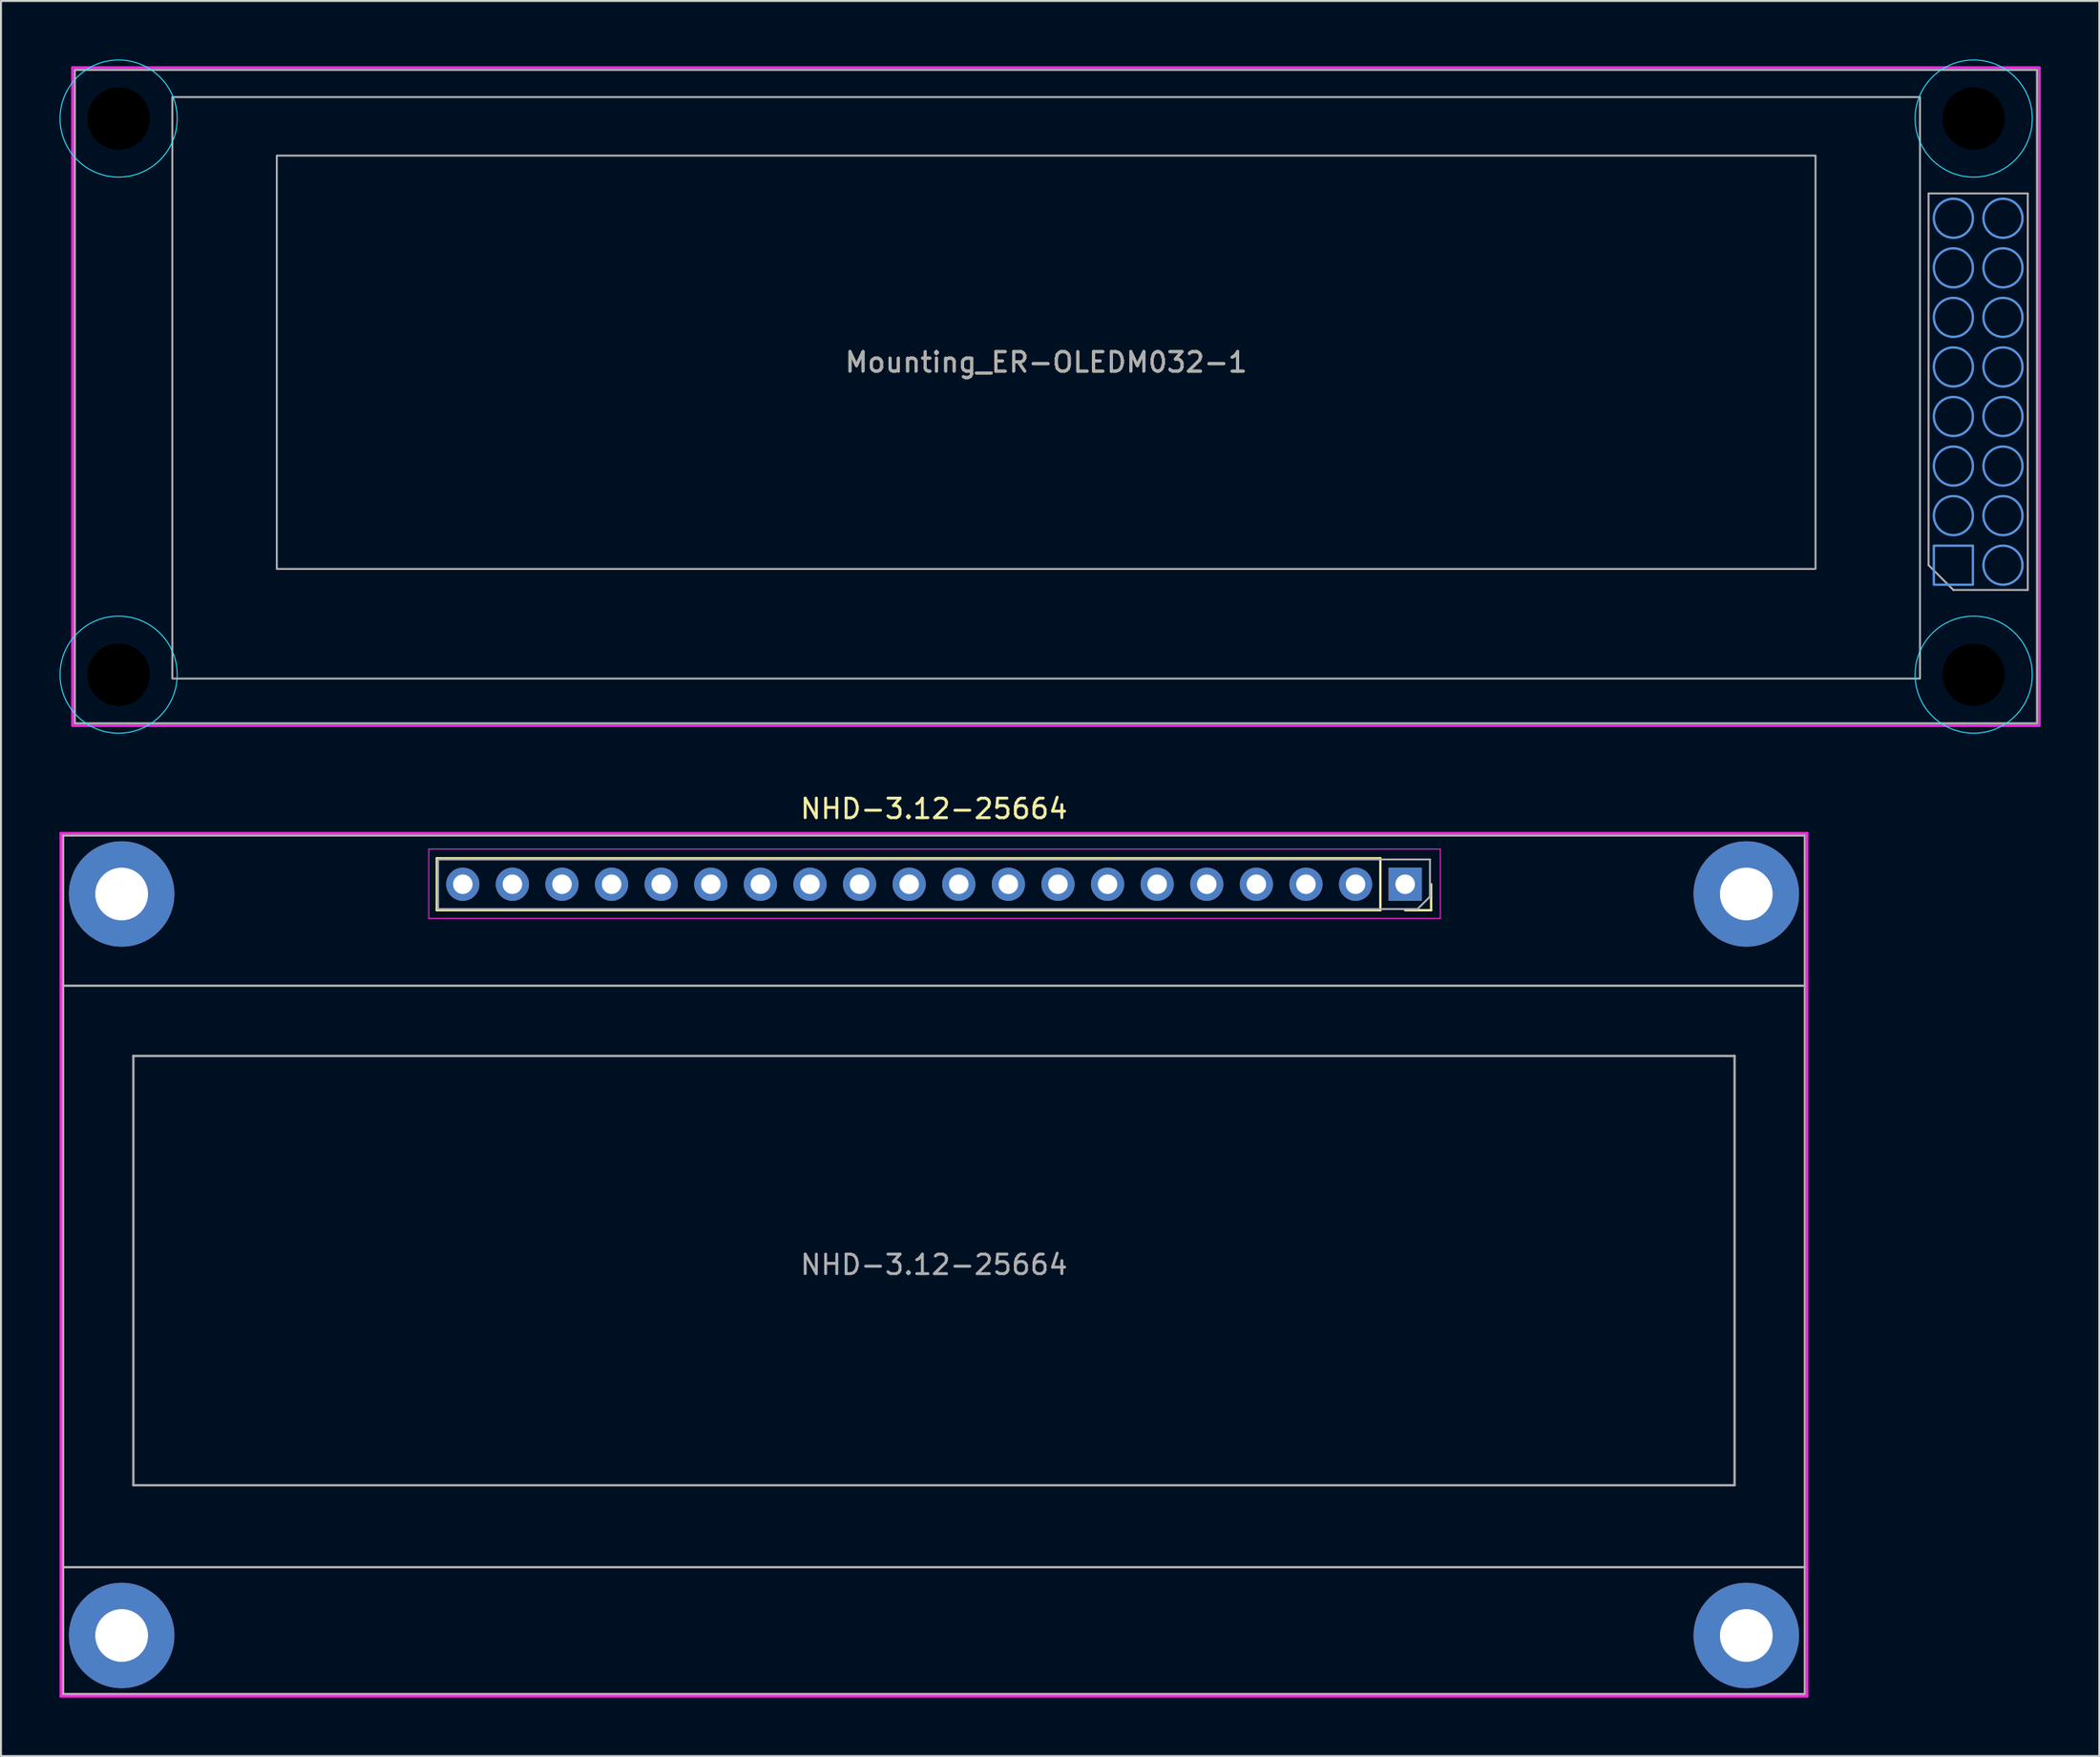
<source format=kicad_pcb>
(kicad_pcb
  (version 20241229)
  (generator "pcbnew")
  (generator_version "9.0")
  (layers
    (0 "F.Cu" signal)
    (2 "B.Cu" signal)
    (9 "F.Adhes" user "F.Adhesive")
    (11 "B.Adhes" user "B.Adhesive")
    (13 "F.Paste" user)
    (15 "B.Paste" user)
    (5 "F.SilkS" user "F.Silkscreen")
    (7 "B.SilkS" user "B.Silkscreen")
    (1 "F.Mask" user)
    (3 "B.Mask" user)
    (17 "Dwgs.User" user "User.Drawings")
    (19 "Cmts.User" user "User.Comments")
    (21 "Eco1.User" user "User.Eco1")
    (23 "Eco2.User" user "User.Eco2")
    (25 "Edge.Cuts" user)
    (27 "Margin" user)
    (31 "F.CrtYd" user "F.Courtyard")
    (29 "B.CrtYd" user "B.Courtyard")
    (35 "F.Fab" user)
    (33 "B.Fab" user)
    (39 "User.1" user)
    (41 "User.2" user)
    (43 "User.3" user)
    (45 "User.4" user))
  (footprint "Mounting_ER-OLEDM032-1"
    (layer "F.Cu")
    (at 50.525 15.515)
    (property "Reference" "Mounting_ER-OLEDM032-1" (at 0 0 0) (layer "F.SilkS") (effects (font (size 1 1) (thickness 0.15))))
    (attr through_hole)
    (fp_rect (start 45.46 9.4) (end 47.46 11.4) (stroke (width 0.12) (type solid)) (fill no) (layer "Cmts.User"))
    (fp_circle (center 46.46 -7.38) (end 47.46 -7.38) (stroke (width 0.12) (type solid)) (fill no) (layer "Cmts.User"))
    (fp_circle (center 46.46 -4.84) (end 47.46 -4.84) (stroke (width 0.12) (type solid)) (fill no) (layer "Cmts.User"))
    (fp_circle (center 46.46 -2.3) (end 47.46 -2.3) (stroke (width 0.12) (type solid)) (fill no) (layer "Cmts.User"))
    (fp_circle (center 46.46 0.24) (end 47.46 0.24) (stroke (width 0.12) (type solid)) (fill no) (layer "Cmts.User"))
    (fp_circle (center 46.46 2.78) (end 47.46 2.78) (stroke (width 0.12) (type solid)) (fill no) (layer "Cmts.User"))
    (fp_circle (center 46.46 5.32) (end 47.46 5.32) (stroke (width 0.12) (type solid)) (fill no) (layer "Cmts.User"))
    (fp_circle (center 46.46 7.86) (end 47.46 7.86) (stroke (width 0.12) (type solid)) (fill no) (layer "Cmts.User"))
    (fp_circle (center 49 -7.38) (end 50 -7.38) (stroke (width 0.12) (type solid)) (fill no) (layer "Cmts.User"))
    (fp_circle (center 49 -4.84) (end 50 -4.84) (stroke (width 0.12) (type solid)) (fill no) (layer "Cmts.User"))
    (fp_circle (center 49 -2.3) (end 50 -2.3) (stroke (width 0.12) (type solid)) (fill no) (layer "Cmts.User"))
    (fp_circle (center 49 0.24) (end 50 0.24) (stroke (width 0.12) (type solid)) (fill no) (layer "Cmts.User"))
    (fp_circle (center 49 2.78) (end 50 2.78) (stroke (width 0.12) (type solid)) (fill no) (layer "Cmts.User"))
    (fp_circle (center 49 5.32) (end 50 5.32) (stroke (width 0.12) (type solid)) (fill no) (layer "Cmts.User"))
    (fp_circle (center 49 7.86) (end 50 7.86) (stroke (width 0.12) (type solid)) (fill no) (layer "Cmts.User"))
    (fp_circle (center 49 10.4) (end 50 10.4) (stroke (width 0.12) (type solid)) (fill no) (layer "Cmts.User"))
    (fp_circle (center -47.5 -12.49) (end -44.5 -12.49) (stroke (width 0.05) (type default)) (fill no) (layer "B.CrtYd"))
    (fp_circle (center -47.5 16.01) (end -44.5 16.01) (stroke (width 0.05) (type default)) (fill no) (layer "B.CrtYd"))
    (fp_circle (center 47.5 -12.49) (end 50.5 -12.49) (stroke (width 0.05) (type default)) (fill no) (layer "B.CrtYd"))
    (fp_circle (center 47.5 16.01) (end 50.5 16.01) (stroke (width 0.05) (type default)) (fill no) (layer "B.CrtYd"))
    (fp_rect (start -49.87 -15.11) (end 50.87 18.63) (stroke (width 0.12) (type solid)) (fill no) (layer "F.CrtYd"))
    (fp_line (start 45.19 -8.65) (end 45.19 10.4) (stroke (width 0.1) (type solid)) (layer "F.Fab"))
    (fp_line (start 45.19 10.4) (end 46.46 11.67) (stroke (width 0.1) (type solid)) (layer "F.Fab"))
    (fp_line (start 46.46 11.67) (end 50.27 11.67) (stroke (width 0.1) (type solid)) (layer "F.Fab"))
    (fp_line (start 50.27 -8.65) (end 45.19 -8.65) (stroke (width 0.1) (type solid)) (layer "F.Fab"))
    (fp_line (start 50.27 11.67) (end 50.27 -8.65) (stroke (width 0.1) (type solid)) (layer "F.Fab"))
    (fp_rect (start -49.75 -14.99) (end 50.75 18.51) (stroke (width 0.12) (type solid)) (fill no) (layer "F.Fab"))
    (fp_rect (start -44.75 -13.59) (end 44.75 16.21) (stroke (width 0.1) (type solid)) (fill no) (layer "F.Fab"))
    (fp_rect (start -39.4 -10.59) (end 39.4 10.59) (stroke (width 0.1) (type solid)) (fill no) (layer "F.Fab"))
    (fp_text user "${REFERENCE}" (at 0 0 0) (layer "F.Fab") (effects (font (size 1 1) (thickness 0.15))))
    (pad "" np_thru_hole circle (at -47.5 -12.49) (size 4.2 4.2) (drill 3.2) (layers "*.Mask"))
    (pad "" np_thru_hole circle (at -47.5 16.01) (size 4.2 4.2) (drill 3.2) (layers "*.Mask"))
    (pad "" np_thru_hole circle (at 47.5 -12.49) (size 4.2 4.2) (drill 3.2) (layers "*.Mask"))
    (pad "" np_thru_hole circle (at 47.5 16.01) (size 4.2 4.2) (drill 3.2) (layers "*.Mask")))
  (footprint "NHD-3.12-25664"
    (layer "F.Cu")
    (at 44.78 61.766)
    (property "Reference" "NHD-3.12-25664" (at 0 -23.368 0) (layer "F.SilkS") (effects (font (size 1 1) (thickness 0.15))))
    (attr through_hole)
    (fp_line (start -25.46 -20.83) (end -25.46 -18.17) (stroke (width 0.12) (type solid)) (layer "F.SilkS"))
    (fp_line (start 22.86 -20.83) (end -25.46 -20.83) (stroke (width 0.12) (type solid)) (layer "F.SilkS"))
    (fp_line (start 22.86 -20.83) (end 22.86 -18.17) (stroke (width 0.12) (type solid)) (layer "F.SilkS"))
    (fp_line (start 22.86 -18.17) (end -25.46 -18.17) (stroke (width 0.12) (type solid)) (layer "F.SilkS"))
    (fp_line (start 25.46 -19.5) (end 25.46 -18.17) (stroke (width 0.12) (type solid)) (layer "F.SilkS"))
    (fp_line (start 25.46 -18.17) (end 24.13 -18.17) (stroke (width 0.12) (type solid)) (layer "F.SilkS"))
    (fp_line (start -44.72 -22.12) (end -44.72 22.12) (stroke (width 0.12) (type solid)) (layer "F.CrtYd"))
    (fp_line (start -44.72 -22.12) (end 44.72 -22.12) (stroke (width 0.12) (type solid)) (layer "F.CrtYd"))
    (fp_line (start -44.72 22.12) (end 44.72 22.12) (stroke (width 0.12) (type solid)) (layer "F.CrtYd"))
    (fp_line (start -25.87 -21.3) (end 25.93 -21.3) (stroke (width 0.05) (type solid)) (layer "F.CrtYd"))
    (fp_line (start -25.87 -17.75) (end -25.87 -21.3) (stroke (width 0.05) (type solid)) (layer "F.CrtYd"))
    (fp_line (start 25.93 -21.3) (end 25.93 -17.75) (stroke (width 0.05) (type solid)) (layer "F.CrtYd"))
    (fp_line (start 25.93 -17.75) (end -25.87 -17.75) (stroke (width 0.05) (type solid)) (layer "F.CrtYd"))
    (fp_line (start 44.72 -22.12) (end 44.72 22.12) (stroke (width 0.12) (type solid)) (layer "F.CrtYd"))
    (fp_line (start -44.6 -22) (end -44.6 22) (stroke (width 0.12) (type solid)) (layer "F.Fab"))
    (fp_line (start -44.6 -22) (end 44.6 -22) (stroke (width 0.12) (type solid)) (layer "F.Fab"))
    (fp_line (start -44.6 -14.3) (end 44.6 -14.3) (stroke (width 0.12) (type solid)) (layer "F.Fab"))
    (fp_line (start -44.6 15.5) (end 44.6 15.5) (stroke (width 0.12) (type solid)) (layer "F.Fab"))
    (fp_line (start -44.6 22) (end 44.6 22) (stroke (width 0.12) (type solid)) (layer "F.Fab"))
    (fp_line (start -41 -10.7) (end -41 11.3) (stroke (width 0.12) (type solid)) (layer "F.Fab"))
    (fp_line (start -41 -10.7) (end 41 -10.7) (stroke (width 0.12) (type solid)) (layer "F.Fab"))
    (fp_line (start -41 11.3) (end 41 11.3) (stroke (width 0.12) (type solid)) (layer "F.Fab"))
    (fp_line (start -25.4 -20.77) (end 25.4 -20.77) (stroke (width 0.1) (type solid)) (layer "F.Fab"))
    (fp_line (start -25.4 -18.23) (end -25.4 -20.77) (stroke (width 0.1) (type solid)) (layer "F.Fab"))
    (fp_line (start 24.765 -18.23) (end -25.4 -18.23) (stroke (width 0.1) (type solid)) (layer "F.Fab"))
    (fp_line (start 25.4 -20.77) (end 25.4 -18.865) (stroke (width 0.1) (type solid)) (layer "F.Fab"))
    (fp_line (start 25.4 -18.865) (end 24.765 -18.23) (stroke (width 0.1) (type solid)) (layer "F.Fab"))
    (fp_line (start 41 -10.7) (end 41 11.3) (stroke (width 0.12) (type solid)) (layer "F.Fab"))
    (fp_line (start 44.6 -22) (end 44.6 22) (stroke (width 0.12) (type solid)) (layer "F.Fab"))
    (fp_text user "${REFERENCE}" (at 0 0 0) (layer "F.Fab") (effects (font (size 1 1) (thickness 0.15))))
    (pad "" thru_hole circle (at -41.6 -19) (size 5.4 5.4) (drill 2.7) (layers "*.Cu" "*.Mask"))
    (pad "" thru_hole circle (at -41.6 19) (size 5.4 5.4) (drill 2.7) (layers "*.Cu" "*.Mask"))
    (pad "" thru_hole circle (at 41.6 -19) (size 5.4 5.4) (drill 2.7) (layers "*.Cu" "*.Mask"))
    (pad "" thru_hole circle (at 41.6 19) (size 5.4 5.4) (drill 2.7) (layers "*.Cu" "*.Mask"))
    (pad "1" thru_hole rect (at 24.13 -19.5 270) (size 1.7 1.7) (drill 1) (layers "*.Cu" "*.Mask"))
    (pad "2" thru_hole oval (at 21.59 -19.5 270) (size 1.7 1.7) (drill 1) (layers "*.Cu" "*.Mask"))
    (pad "3" thru_hole oval (at 19.05 -19.5 270) (size 1.7 1.7) (drill 1) (layers "*.Cu" "*.Mask"))
    (pad "4" thru_hole oval (at 16.51 -19.5 270) (size 1.7 1.7) (drill 1) (layers "*.Cu" "*.Mask"))
    (pad "5" thru_hole oval (at 13.97 -19.5 270) (size 1.7 1.7) (drill 1) (layers "*.Cu" "*.Mask"))
    (pad "6" thru_hole oval (at 11.43 -19.5 270) (size 1.7 1.7) (drill 1) (layers "*.Cu" "*.Mask"))
    (pad "7" thru_hole oval (at 8.89 -19.5 270) (size 1.7 1.7) (drill 1) (layers "*.Cu" "*.Mask"))
    (pad "8" thru_hole oval (at 6.35 -19.5 270) (size 1.7 1.7) (drill 1) (layers "*.Cu" "*.Mask"))
    (pad "9" thru_hole oval (at 3.81 -19.5 270) (size 1.7 1.7) (drill 1) (layers "*.Cu" "*.Mask"))
    (pad "10" thru_hole oval (at 1.27 -19.5 270) (size 1.7 1.7) (drill 1) (layers "*.Cu" "*.Mask"))
    (pad "11" thru_hole oval (at -1.27 -19.5 270) (size 1.7 1.7) (drill 1) (layers "*.Cu" "*.Mask"))
    (pad "12" thru_hole oval (at -3.81 -19.5 270) (size 1.7 1.7) (drill 1) (layers "*.Cu" "*.Mask"))
    (pad "13" thru_hole oval (at -6.35 -19.5 270) (size 1.7 1.7) (drill 1) (layers "*.Cu" "*.Mask"))
    (pad "14" thru_hole oval (at -8.89 -19.5 270) (size 1.7 1.7) (drill 1) (layers "*.Cu" "*.Mask"))
    (pad "15" thru_hole oval (at -11.43 -19.5 270) (size 1.7 1.7) (drill 1) (layers "*.Cu" "*.Mask"))
    (pad "16" thru_hole oval (at -13.97 -19.5 270) (size 1.7 1.7) (drill 1) (layers "*.Cu" "*.Mask"))
    (pad "17" thru_hole oval (at -16.51 -19.5 270) (size 1.7 1.7) (drill 1) (layers "*.Cu" "*.Mask"))
    (pad "18" thru_hole oval (at -19.05 -19.5 270) (size 1.7 1.7) (drill 1) (layers "*.Cu" "*.Mask"))
    (pad "19" thru_hole oval (at -21.59 -19.5 270) (size 1.7 1.7) (drill 1) (layers "*.Cu" "*.Mask"))
    (pad "20" thru_hole oval (at -24.13 -19.5 270) (size 1.7 1.7) (drill 1) (layers "*.Cu" "*.Mask")))
  (gr_rect
    (start -3 -3)
    (end 104.455 86.946)
    (stroke (width 0.1) (type default))
    (fill no)
    (layer "Edge.Cuts")))
</source>
